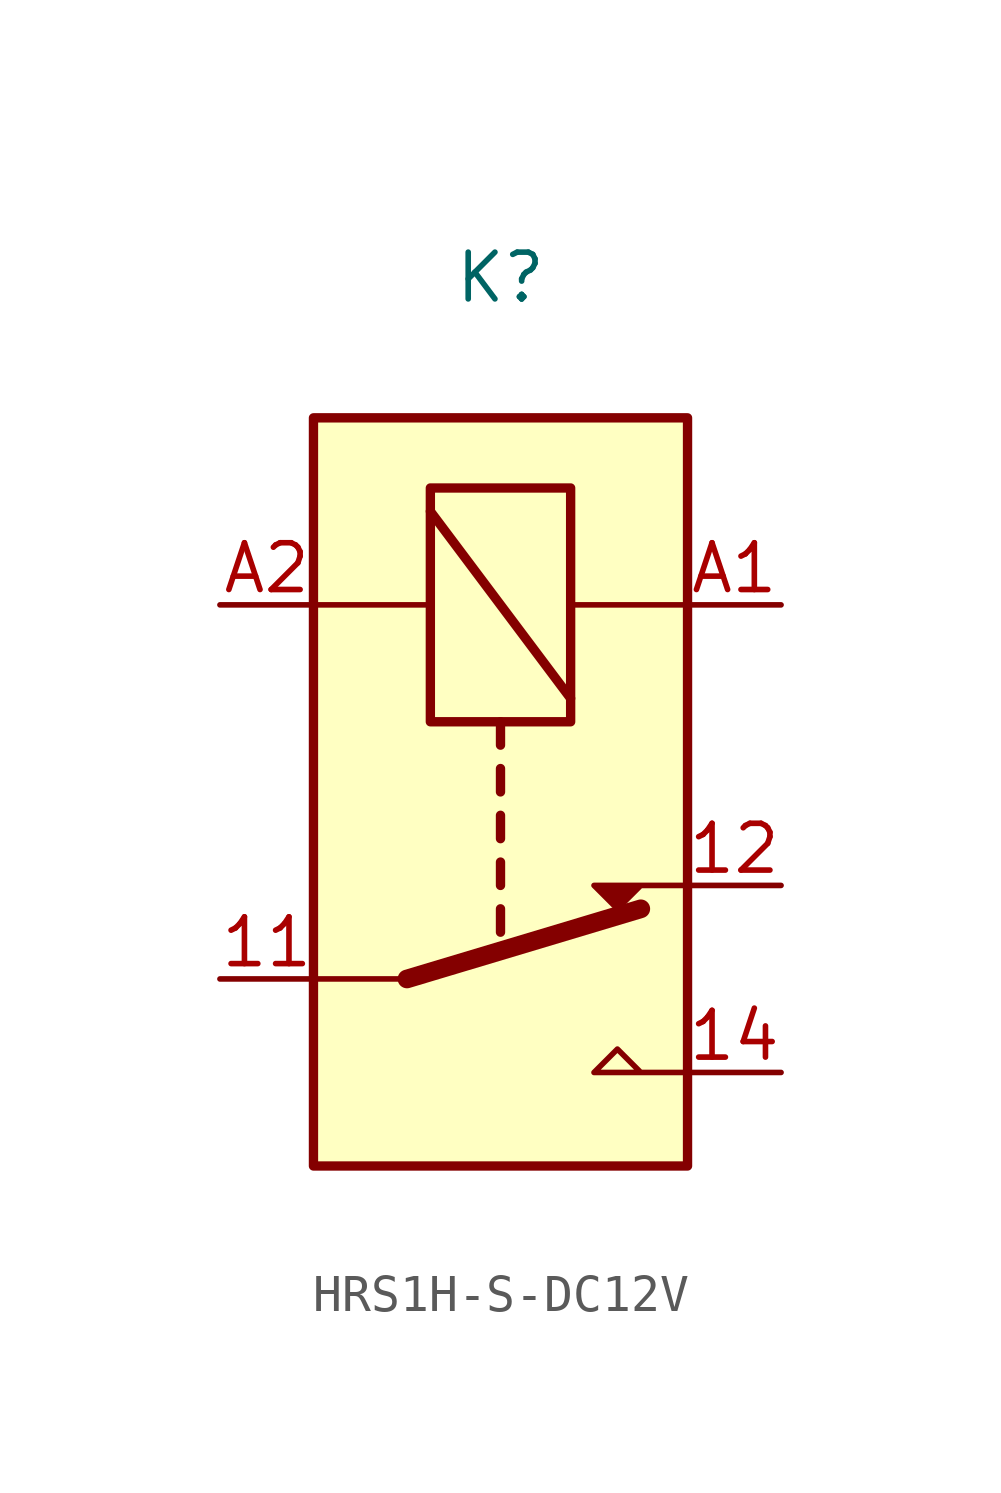
<source format=kicad_sym>
(kicad_symbol_lib
  (version 20220914)
  (generator kicad_symbol_editor)
  (symbol "HRS1H-S-DC12V"
    (property "Reference" "K"
      (at 0 0 0)
      (effects (font (size 1.27 1.27))))
    (property "Value" ""
      (at 0 0 0)
      (effects (font (size 1.27 1.27))))
    (symbol "HRS1H-S-DC12V_0_0"
      (polyline (pts (xy 5.08 -21.59) (xy 2.54 -21.59) (xy 3.175 -20.955) (xy 3.81 -21.59)) (stroke (width 0) (type default)) (fill (type none))))
    (symbol "HRS1H-S-DC12V_0_1"
      (polyline (pts (xy -5.08 -8.89) (xy -1.905 -8.89)) (stroke (width 0) (type default)) (fill (type none)))
      (polyline (pts (xy -2.54 -19.05) (xy -5.08 -19.05)) (stroke (width 0) (type default)) (fill (type none)))
      (polyline (pts (xy -2.54 -19.05) (xy 3.81 -17.145)) (stroke (width 0.508) (type default)) (fill (type none)))
      (polyline (pts (xy -1.905 -6.35) (xy 1.905 -11.43)) (stroke (width 0.254) (type default)) (fill (type none)))
      (polyline (pts (xy 0 -17.145) (xy 0 -17.78)) (stroke (width 0.254) (type default)) (fill (type none)))
      (polyline (pts (xy 0 -15.875) (xy 0 -16.51)) (stroke (width 0.254) (type default)) (fill (type none)))
      (polyline (pts (xy 0 -14.605) (xy 0 -15.24)) (stroke (width 0.254) (type default)) (fill (type none)))
      (polyline (pts (xy 0 -13.335) (xy 0 -13.97)) (stroke (width 0.254) (type default)) (fill (type none)))
      (polyline (pts (xy 0 -12.065) (xy 0 -12.7)) (stroke (width 0.254) (type default)) (fill (type none)))
      (polyline (pts (xy 5.08 -8.89) (xy 1.905 -8.89)) (stroke (width 0) (type default)) (fill (type none)))
      (polyline (pts (xy 5.08 -16.51) (xy 2.54 -16.51) (xy 3.175 -17.145) (xy 3.81 -16.51)) (stroke (width 0) (type default)) (fill (type outline)))
      (rectangle (start 1.905 -5.715) (end -1.905 -12.065) (stroke (width 0.254) (type default)) (fill (type none)))
      (rectangle (start 5.08 -3.81) (end -5.08 -24.13) (stroke (width 0.254) (type default)) (fill (type background))))
    (symbol "HRS1H-S-DC12V_1_1"
      (pin passive line (at -7.62 -19.05 0) (length 2.54) (name "~" (effects (font (size 1.27 1.27)))) (number "11" (effects (font (size 1.27 1.27)))))
      (pin passive line (at 7.62 -16.51 180) (length 2.54) (name "~" (effects (font (size 1.27 1.27)))) (number "12" (effects (font (size 1.27 1.27)))))
      (pin passive line (at 7.62 -21.59 180) (length 2.54) (name "~" (effects (font (size 1.27 1.27)))) (number "14" (effects (font (size 1.27 1.27)))))
      (pin passive line (at 7.62 -8.89 180) (length 2.54) (name "~" (effects (font (size 1.27 1.27)))) (number "A1" (effects (font (size 1.27 1.27)))))
      (pin passive line (at -7.62 -8.89 0) (length 2.54) (name "~" (effects (font (size 1.27 1.27)))) (number "A2" (effects (font (size 1.27 1.27))))))))
</source>
